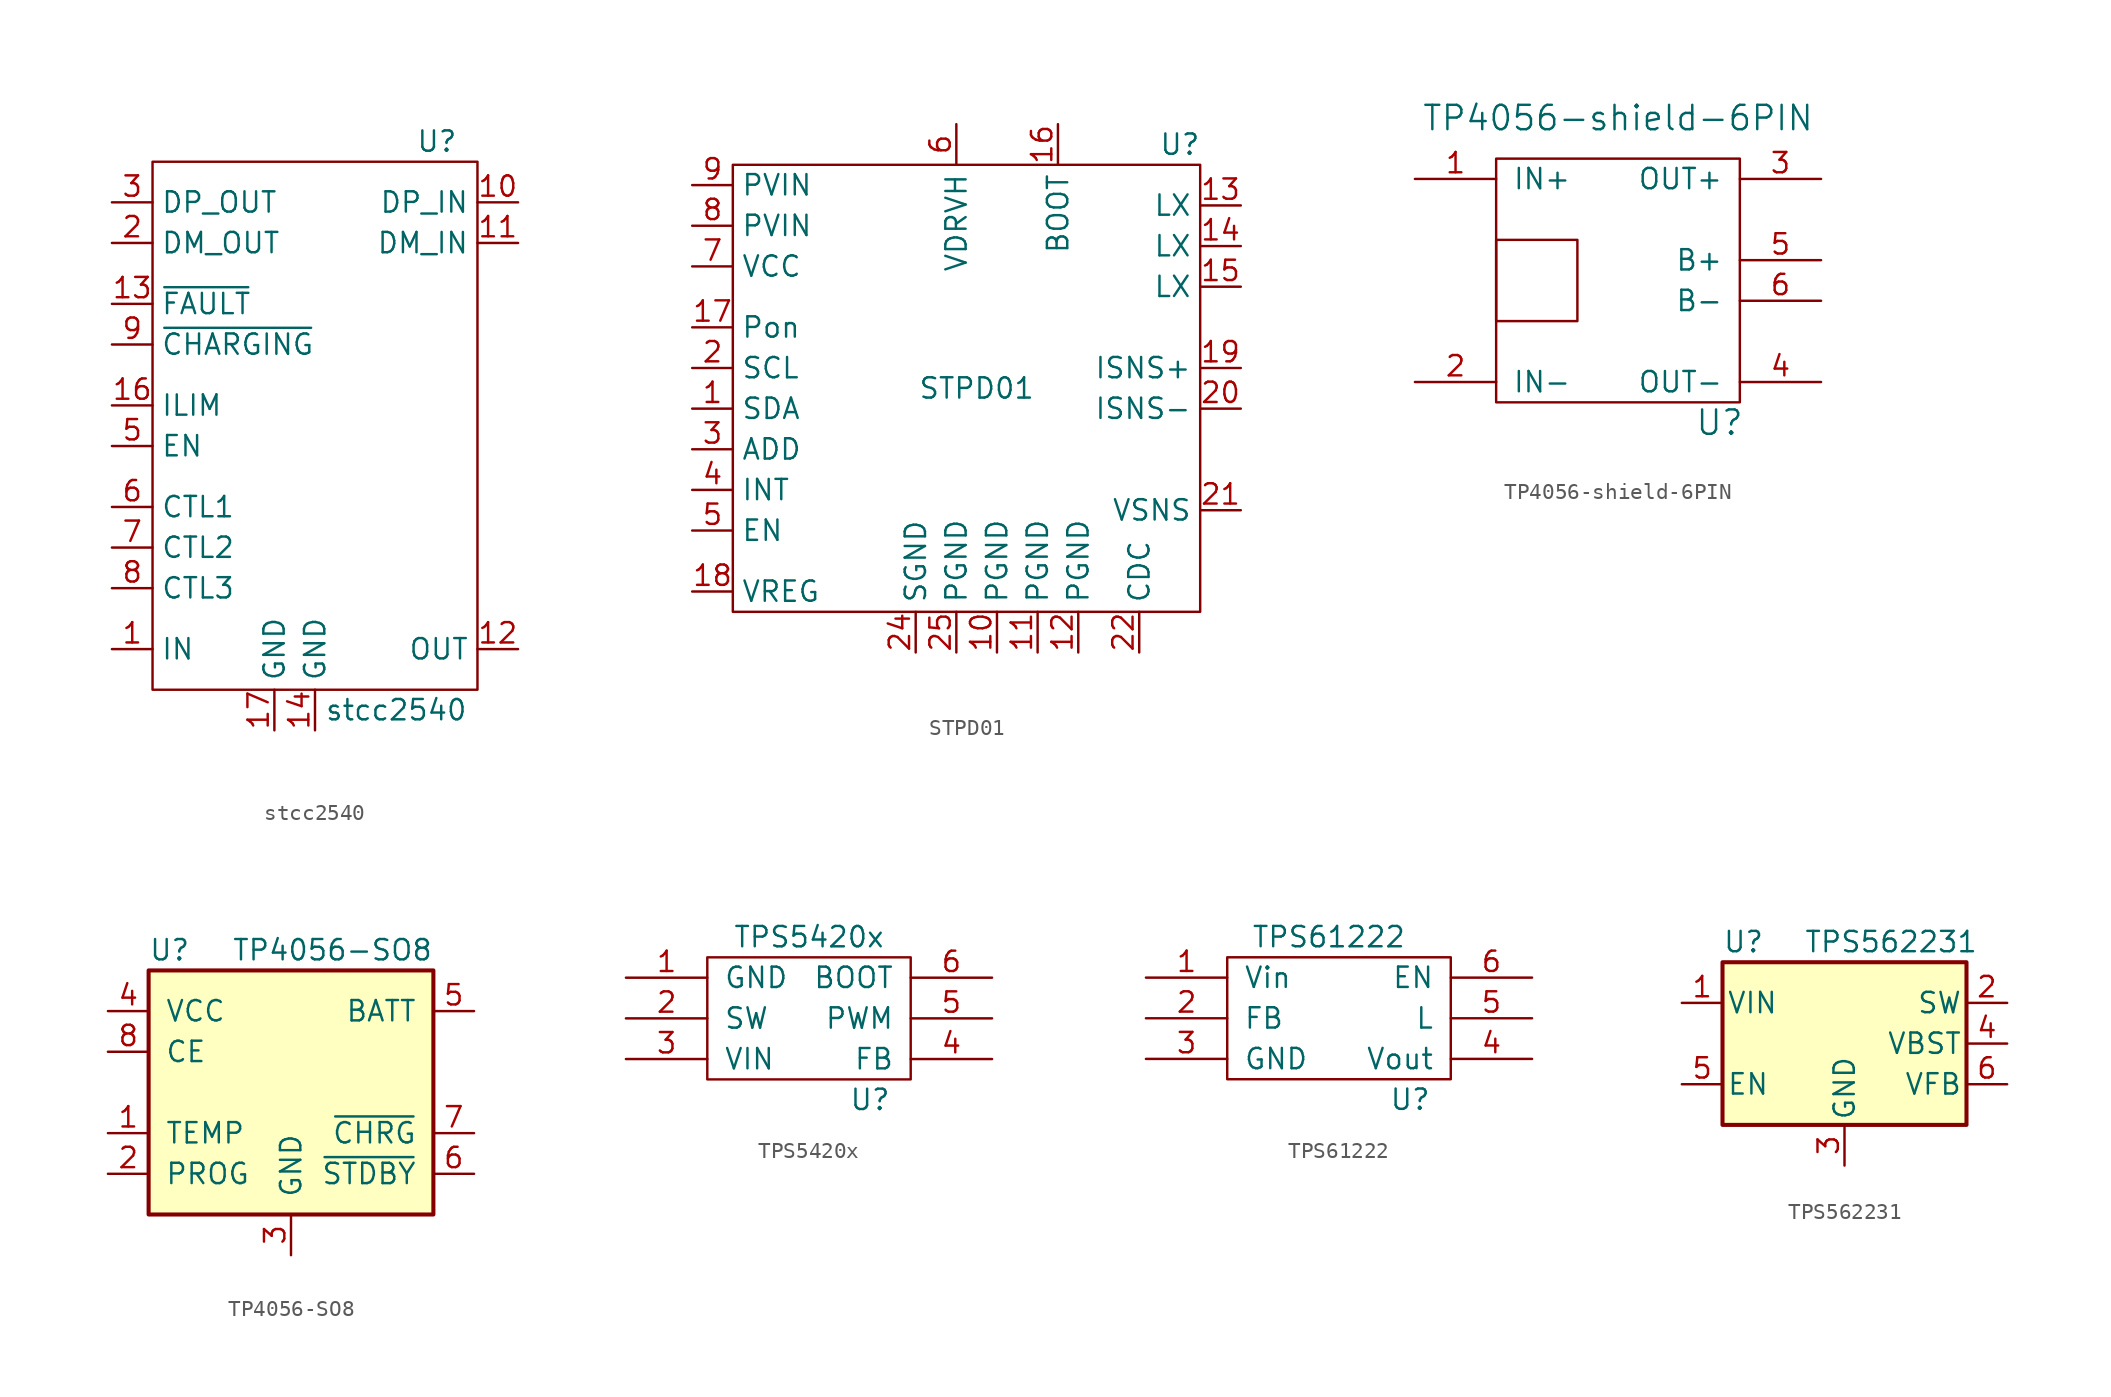
<source format=kicad_sym>
(kicad_symbol_lib
  (version 20211014)
  (generator kicad_symbol_editor)
  (symbol "stcc2540"
    (property "Reference" "U"
      (at 7.62 17.78 0)
      (effects (font (size 1.27 1.27))))
    (property "Value" "stcc2540"
      (at 5.08 -17.78 0)
      (effects (font (size 1.27 1.27))))
    (symbol "stcc2540_0_1"
      (rectangle (start -10.16 16.51) (end 10.16 -16.51) (stroke (width 0) (type default) (color 0 0 0 0)) (fill (type none))))
    (symbol "stcc2540_1_1"
      (pin power_in line (at -12.7 -13.97 0) (length 2.54) (name "IN" (effects (font (size 1.27 1.27)))) (number "1" (effects (font (size 1.27 1.27)))))
      (pin power_in line (at 12.7 13.97 180) (length 2.54) (name "DP_IN" (effects (font (size 1.27 1.27)))) (number "10" (effects (font (size 1.27 1.27)))))
      (pin power_in line (at 12.7 11.43 180) (length 2.54) (name "DM_IN" (effects (font (size 1.27 1.27)))) (number "11" (effects (font (size 1.27 1.27)))))
      (pin power_out line (at 12.7 -13.97 180) (length 2.54) (name "OUT" (effects (font (size 1.27 1.27)))) (number "12" (effects (font (size 1.27 1.27)))))
      (pin output line (at -12.7 7.62 0) (length 2.54) (name "~{FAULT}" (effects (font (size 1.27 1.27)))) (number "13" (effects (font (size 1.27 1.27)))))
      (pin power_out line (at 0 -19.05 90) (length 2.54) (name "GND" (effects (font (size 1.27 1.27)))) (number "14" (effects (font (size 1.27 1.27)))))
      (pin no_connect line (at 12.7 5.08 180) (length 2.54) hide (name "NC" (effects (font (size 1.27 1.27)))) (number "15" (effects (font (size 1.27 1.27)))))
      (pin input line (at -12.7 1.27 0) (length 2.54) (name "ILIM" (effects (font (size 1.27 1.27)))) (number "16" (effects (font (size 1.27 1.27)))))
      (pin power_out line (at -2.54 -19.05 90) (length 2.54) (name "GND" (effects (font (size 1.27 1.27)))) (number "17" (effects (font (size 1.27 1.27)))))
      (pin output line (at -12.7 11.43 0) (length 2.54) (name "DM_OUT" (effects (font (size 1.27 1.27)))) (number "2" (effects (font (size 1.27 1.27)))))
      (pin output line (at -12.7 13.97 0) (length 2.54) (name "DP_OUT" (effects (font (size 1.27 1.27)))) (number "3" (effects (font (size 1.27 1.27)))))
      (pin no_connect line (at 12.7 2.54 180) (length 2.54) hide (name "NC" (effects (font (size 1.27 1.27)))) (number "4" (effects (font (size 1.27 1.27)))))
      (pin input line (at -12.7 -1.27 0) (length 2.54) (name "EN" (effects (font (size 1.27 1.27)))) (number "5" (effects (font (size 1.27 1.27)))))
      (pin input line (at -12.7 -5.08 0) (length 2.54) (name "CTL1" (effects (font (size 1.27 1.27)))) (number "6" (effects (font (size 1.27 1.27)))))
      (pin input line (at -12.7 -7.62 0) (length 2.54) (name "CTL2" (effects (font (size 1.27 1.27)))) (number "7" (effects (font (size 1.27 1.27)))))
      (pin input line (at -12.7 -10.16 0) (length 2.54) (name "CTL3" (effects (font (size 1.27 1.27)))) (number "8" (effects (font (size 1.27 1.27)))))
      (pin output line (at -12.7 5.08 0) (length 2.54) (name "~{CHARGING}" (effects (font (size 1.27 1.27)))) (number "9" (effects (font (size 1.27 1.27)))))))
  (symbol "STPD01"
    (property "Reference" "U"
      (at 12.7 15.24 0)
      (effects (font (size 1.27 1.27))))
    (property "Value" "STPD01"
      (at 0 0 0)
      (effects (font (size 1.27 1.27))))
    (symbol "STPD01_0_1"
      (rectangle (start -15.24 13.97) (end 13.97 -13.97) (stroke (width 0) (type default) (color 0 0 0 0)) (fill (type none))))
    (symbol "STPD01_1_1"
      (pin bidirectional line (at -17.78 -1.27 0) (length 2.54) (name "SDA" (effects (font (size 1.27 1.27)))) (number "1" (effects (font (size 1.27 1.27)))))
      (pin power_out line (at 1.27 -16.51 90) (length 2.54) (name "PGND" (effects (font (size 1.27 1.27)))) (number "10" (effects (font (size 1.27 1.27)))))
      (pin power_out line (at 3.81 -16.51 90) (length 2.54) (name "PGND" (effects (font (size 1.27 1.27)))) (number "11" (effects (font (size 1.27 1.27)))))
      (pin power_out line (at 6.35 -16.51 90) (length 2.54) (name "PGND" (effects (font (size 1.27 1.27)))) (number "12" (effects (font (size 1.27 1.27)))))
      (pin output line (at 16.51 11.43 180) (length 2.54) (name "LX" (effects (font (size 1.27 1.27)))) (number "13" (effects (font (size 1.27 1.27)))))
      (pin output line (at 16.51 8.89 180) (length 2.54) (name "LX" (effects (font (size 1.27 1.27)))) (number "14" (effects (font (size 1.27 1.27)))))
      (pin output line (at 16.51 6.35 180) (length 2.54) (name "LX" (effects (font (size 1.27 1.27)))) (number "15" (effects (font (size 1.27 1.27)))))
      (pin bidirectional line (at 5.08 16.51 270) (length 2.54) (name "BOOT" (effects (font (size 1.27 1.27)))) (number "16" (effects (font (size 1.27 1.27)))))
      (pin output line (at -17.78 3.81 0) (length 2.54) (name "Pon" (effects (font (size 1.27 1.27)))) (number "17" (effects (font (size 1.27 1.27)))))
      (pin output line (at -17.78 -12.7 0) (length 2.54) (name "VREG" (effects (font (size 1.27 1.27)))) (number "18" (effects (font (size 1.27 1.27)))))
      (pin input line (at 16.51 1.27 180) (length 2.54) (name "ISNS+" (effects (font (size 1.27 1.27)))) (number "19" (effects (font (size 1.27 1.27)))))
      (pin bidirectional line (at -17.78 1.27 0) (length 2.54) (name "SCL" (effects (font (size 1.27 1.27)))) (number "2" (effects (font (size 1.27 1.27)))))
      (pin input line (at 16.51 -1.27 180) (length 2.54) (name "ISNS-" (effects (font (size 1.27 1.27)))) (number "20" (effects (font (size 1.27 1.27)))))
      (pin input line (at 16.51 -7.62 180) (length 2.54) (name "VSNS" (effects (font (size 1.27 1.27)))) (number "21" (effects (font (size 1.27 1.27)))))
      (pin bidirectional line (at 10.16 -16.51 90) (length 2.54) (name "CDC" (effects (font (size 1.27 1.27)))) (number "22" (effects (font (size 1.27 1.27)))))
      (pin no_connect line (at -7.62 -16.51 90) (length 2.54) hide (name "NC" (effects (font (size 1.27 1.27)))) (number "23" (effects (font (size 1.27 1.27)))))
      (pin power_out line (at -3.81 -16.51 90) (length 2.54) (name "SGND" (effects (font (size 1.27 1.27)))) (number "24" (effects (font (size 1.27 1.27)))))
      (pin power_out line (at -1.27 -16.51 90) (length 2.54) (name "PGND" (effects (font (size 1.27 1.27)))) (number "25" (effects (font (size 1.27 1.27)))))
      (pin input line (at -17.78 -3.81 0) (length 2.54) (name "ADD" (effects (font (size 1.27 1.27)))) (number "3" (effects (font (size 1.27 1.27)))))
      (pin output line (at -17.78 -6.35 0) (length 2.54) (name "INT" (effects (font (size 1.27 1.27)))) (number "4" (effects (font (size 1.27 1.27)))))
      (pin input line (at -17.78 -8.89 0) (length 2.54) (name "EN" (effects (font (size 1.27 1.27)))) (number "5" (effects (font (size 1.27 1.27)))))
      (pin output line (at -1.27 16.51 270) (length 2.54) (name "VDRVH" (effects (font (size 1.27 1.27)))) (number "6" (effects (font (size 1.27 1.27)))))
      (pin power_in line (at -17.78 7.62 0) (length 2.54) (name "VCC" (effects (font (size 1.27 1.27)))) (number "7" (effects (font (size 1.27 1.27)))))
      (pin power_in line (at -17.78 10.16 0) (length 2.54) (name "PVIN" (effects (font (size 1.27 1.27)))) (number "8" (effects (font (size 1.27 1.27)))))
      (pin power_in line (at -17.78 12.7 0) (length 2.54) (name "PVIN" (effects (font (size 1.27 1.27)))) (number "9" (effects (font (size 1.27 1.27)))))))
  (symbol "TP4056-shield-6PIN"
    (pin_names
      (offset 1.016))
    (property "Reference" "U"
      (at 7.62 -8.89 0)
      (effects (font (size 1.524 1.524))))
    (property "Value" "TP4056-shield-6PIN"
      (at 1.27 10.16 0)
      (effects (font (size 1.524 1.524))))
    (symbol "TP4056-shield-6PIN_0_1"
      (rectangle (start -6.35 2.54) (end -1.27 -2.54) (stroke (width 0) (type default) (color 0 0 0 0)) (fill (type none)))
      (rectangle (start 8.89 7.62) (end -6.35 -7.62) (stroke (width 0) (type default) (color 0 0 0 0)) (fill (type none))))
    (symbol "TP4056-shield-6PIN_1_1"
      (pin power_out line (at -11.43 6.35 0) (length 5.08) (name "IN+" (effects (font (size 1.27 1.27)))) (number "1" (effects (font (size 1.27 1.27)))))
      (pin power_out line (at -11.43 -6.35 0) (length 5.08) (name "IN-" (effects (font (size 1.27 1.27)))) (number "2" (effects (font (size 1.27 1.27)))))
      (pin power_out line (at 13.97 6.35 180) (length 5.08) (name "OUT+" (effects (font (size 1.27 1.27)))) (number "3" (effects (font (size 1.27 1.27)))))
      (pin power_out line (at 13.97 -6.35 180) (length 5.08) (name "OUT-" (effects (font (size 1.27 1.27)))) (number "4" (effects (font (size 1.27 1.27)))))
      (pin power_out line (at 13.97 1.27 180) (length 5.08) (name "B+" (effects (font (size 1.27 1.27)))) (number "5" (effects (font (size 1.27 1.27)))))
      (pin power_out line (at 13.97 -1.27 180) (length 5.08) (name "B-" (effects (font (size 1.27 1.27)))) (number "6" (effects (font (size 1.27 1.27)))))))
  (symbol "TP4056-SO8"
    (pin_names
      (offset 1.016))
    (property "Reference" "U"
      (at -8.89 8.89 0)
      (effects (font (size 1.27 1.27)) (justify left)))
    (property "Value" "TP4056-SO8"
      (at 8.89 8.89 0)
      (effects (font (size 1.27 1.27)) (justify right)))
    (symbol "TP4056-SO8_0_1"
      (rectangle (start -8.89 7.62) (end 8.89 -7.62) (stroke (width 0.254) (type default) (color 0 0 0 0)) (fill (type background))))
    (symbol "TP4056-SO8_1_1"
      (pin input line (at -11.43 -2.54 0) (length 2.54) (name "TEMP" (effects (font (size 1.27 1.27)))) (number "1" (effects (font (size 1.27 1.27)))))
      (pin input line (at -11.43 -5.08 0) (length 2.54) (name "PROG" (effects (font (size 1.27 1.27)))) (number "2" (effects (font (size 1.27 1.27)))))
      (pin power_in line (at 0 -10.16 90) (length 2.54) (name "GND" (effects (font (size 1.27 1.27)))) (number "3" (effects (font (size 1.27 1.27)))))
      (pin power_in line (at -11.43 5.08 0) (length 2.54) (name "VCC" (effects (font (size 1.27 1.27)))) (number "4" (effects (font (size 1.27 1.27)))))
      (pin power_out line (at 11.43 5.08 180) (length 2.54) (name "BATT" (effects (font (size 1.27 1.27)))) (number "5" (effects (font (size 1.27 1.27)))))
      (pin open_collector line (at 11.43 -5.08 180) (length 2.54) (name "~{STDBY}" (effects (font (size 1.27 1.27)))) (number "6" (effects (font (size 1.27 1.27)))))
      (pin open_collector line (at 11.43 -2.54 180) (length 2.54) (name "~{CHRG}" (effects (font (size 1.27 1.27)))) (number "7" (effects (font (size 1.27 1.27)))))
      (pin input line (at -11.43 2.54 0) (length 2.54) (name "CE" (effects (font (size 1.27 1.27)))) (number "8" (effects (font (size 1.27 1.27)))))))
  (symbol "TPS5420x"
    (pin_names
      (offset 1.016))
    (property "Reference" "U"
      (at 3.81 -5.08 0)
      (effects (font (size 1.27 1.27))))
    (property "Value" "TPS5420x"
      (at 0 5.08 0)
      (effects (font (size 1.27 1.27))))
    (symbol "TPS5420x_0_1"
      (rectangle (start -6.35 3.81) (end 6.35 -3.81) (stroke (width 0) (type default) (color 0 0 0 0)) (fill (type none))))
    (symbol "TPS5420x_1_1"
      (pin power_out line (at -11.43 2.54 0) (length 5.08) (name "GND" (effects (font (size 1.27 1.27)))) (number "1" (effects (font (size 1.27 1.27)))))
      (pin power_out line (at -11.43 0 0) (length 5.08) (name "SW" (effects (font (size 1.27 1.27)))) (number "2" (effects (font (size 1.27 1.27)))))
      (pin power_in line (at -11.43 -2.54 0) (length 5.08) (name "VIN" (effects (font (size 1.27 1.27)))) (number "3" (effects (font (size 1.27 1.27)))))
      (pin input line (at 11.43 -2.54 180) (length 5.08) (name "FB" (effects (font (size 1.27 1.27)))) (number "4" (effects (font (size 1.27 1.27)))))
      (pin input line (at 11.43 0 180) (length 5.08) (name "PWM" (effects (font (size 1.27 1.27)))) (number "5" (effects (font (size 1.27 1.27)))))
      (pin power_in line (at 11.43 2.54 180) (length 5.08) (name "BOOT" (effects (font (size 1.27 1.27)))) (number "6" (effects (font (size 1.27 1.27)))))))
  (symbol "TPS61222"
    (pin_names
      (offset 1.016))
    (property "Reference" "U"
      (at 3.81 -5.08 0)
      (effects (font (size 1.27 1.27))))
    (property "Value" "TPS61222"
      (at -1.27 5.08 0)
      (effects (font (size 1.27 1.27))))
    (symbol "TPS61222_0_1"
      (rectangle (start -7.62 3.81) (end 6.35 -3.81) (stroke (width 0) (type default) (color 0 0 0 0)) (fill (type none))))
    (symbol "TPS61222_1_1"
      (pin unspecified line (at -12.7 2.54 0) (length 5.08) (name "Vin" (effects (font (size 1.27 1.27)))) (number "1" (effects (font (size 1.27 1.27)))))
      (pin unspecified line (at -12.7 0 0) (length 5.08) (name "FB" (effects (font (size 1.27 1.27)))) (number "2" (effects (font (size 1.27 1.27)))))
      (pin unspecified line (at -12.7 -2.54 0) (length 5.08) (name "GND" (effects (font (size 1.27 1.27)))) (number "3" (effects (font (size 1.27 1.27)))))
      (pin unspecified line (at 11.43 -2.54 180) (length 5.08) (name "Vout" (effects (font (size 1.27 1.27)))) (number "4" (effects (font (size 1.27 1.27)))))
      (pin unspecified line (at 11.43 0 180) (length 5.08) (name "L" (effects (font (size 1.27 1.27)))) (number "5" (effects (font (size 1.27 1.27)))))
      (pin unspecified line (at 11.43 2.54 180) (length 5.08) (name "EN" (effects (font (size 1.27 1.27)))) (number "6" (effects (font (size 1.27 1.27)))))))
  (symbol "TPS562231"
    (pin_names
      (offset 0.254))
    (property "Reference" "U"
      (at -7.62 6.35 0)
      (effects (font (size 1.27 1.27)) (justify left)))
    (property "Value" "TPS562231"
      (at -2.54 6.35 0)
      (effects (font (size 1.27 1.27)) (justify left)))
    (symbol "TPS562231_0_1"
      (rectangle (start -7.62 5.08) (end 7.62 -5.08) (stroke (width 0.254) (type default) (color 0 0 0 0)) (fill (type background))))
    (symbol "TPS562231_1_1"
      (pin power_in line (at -10.16 2.54 0) (length 2.54) (name "VIN" (effects (font (size 1.27 1.27)))) (number "1" (effects (font (size 1.27 1.27)))))
      (pin output line (at 10.16 2.54 180) (length 2.54) (name "SW" (effects (font (size 1.27 1.27)))) (number "2" (effects (font (size 1.27 1.27)))))
      (pin power_in line (at 0 -7.62 90) (length 2.54) (name "GND" (effects (font (size 1.27 1.27)))) (number "3" (effects (font (size 1.27 1.27)))))
      (pin input line (at 10.16 0 180) (length 2.54) (name "VBST" (effects (font (size 1.27 1.27)))) (number "4" (effects (font (size 1.27 1.27)))))
      (pin input line (at -10.16 -2.54 0) (length 2.54) (name "EN" (effects (font (size 1.27 1.27)))) (number "5" (effects (font (size 1.27 1.27)))))
      (pin input line (at 10.16 -2.54 180) (length 2.54) (name "VFB" (effects (font (size 1.27 1.27)))) (number "6" (effects (font (size 1.27 1.27))))))))
</source>
